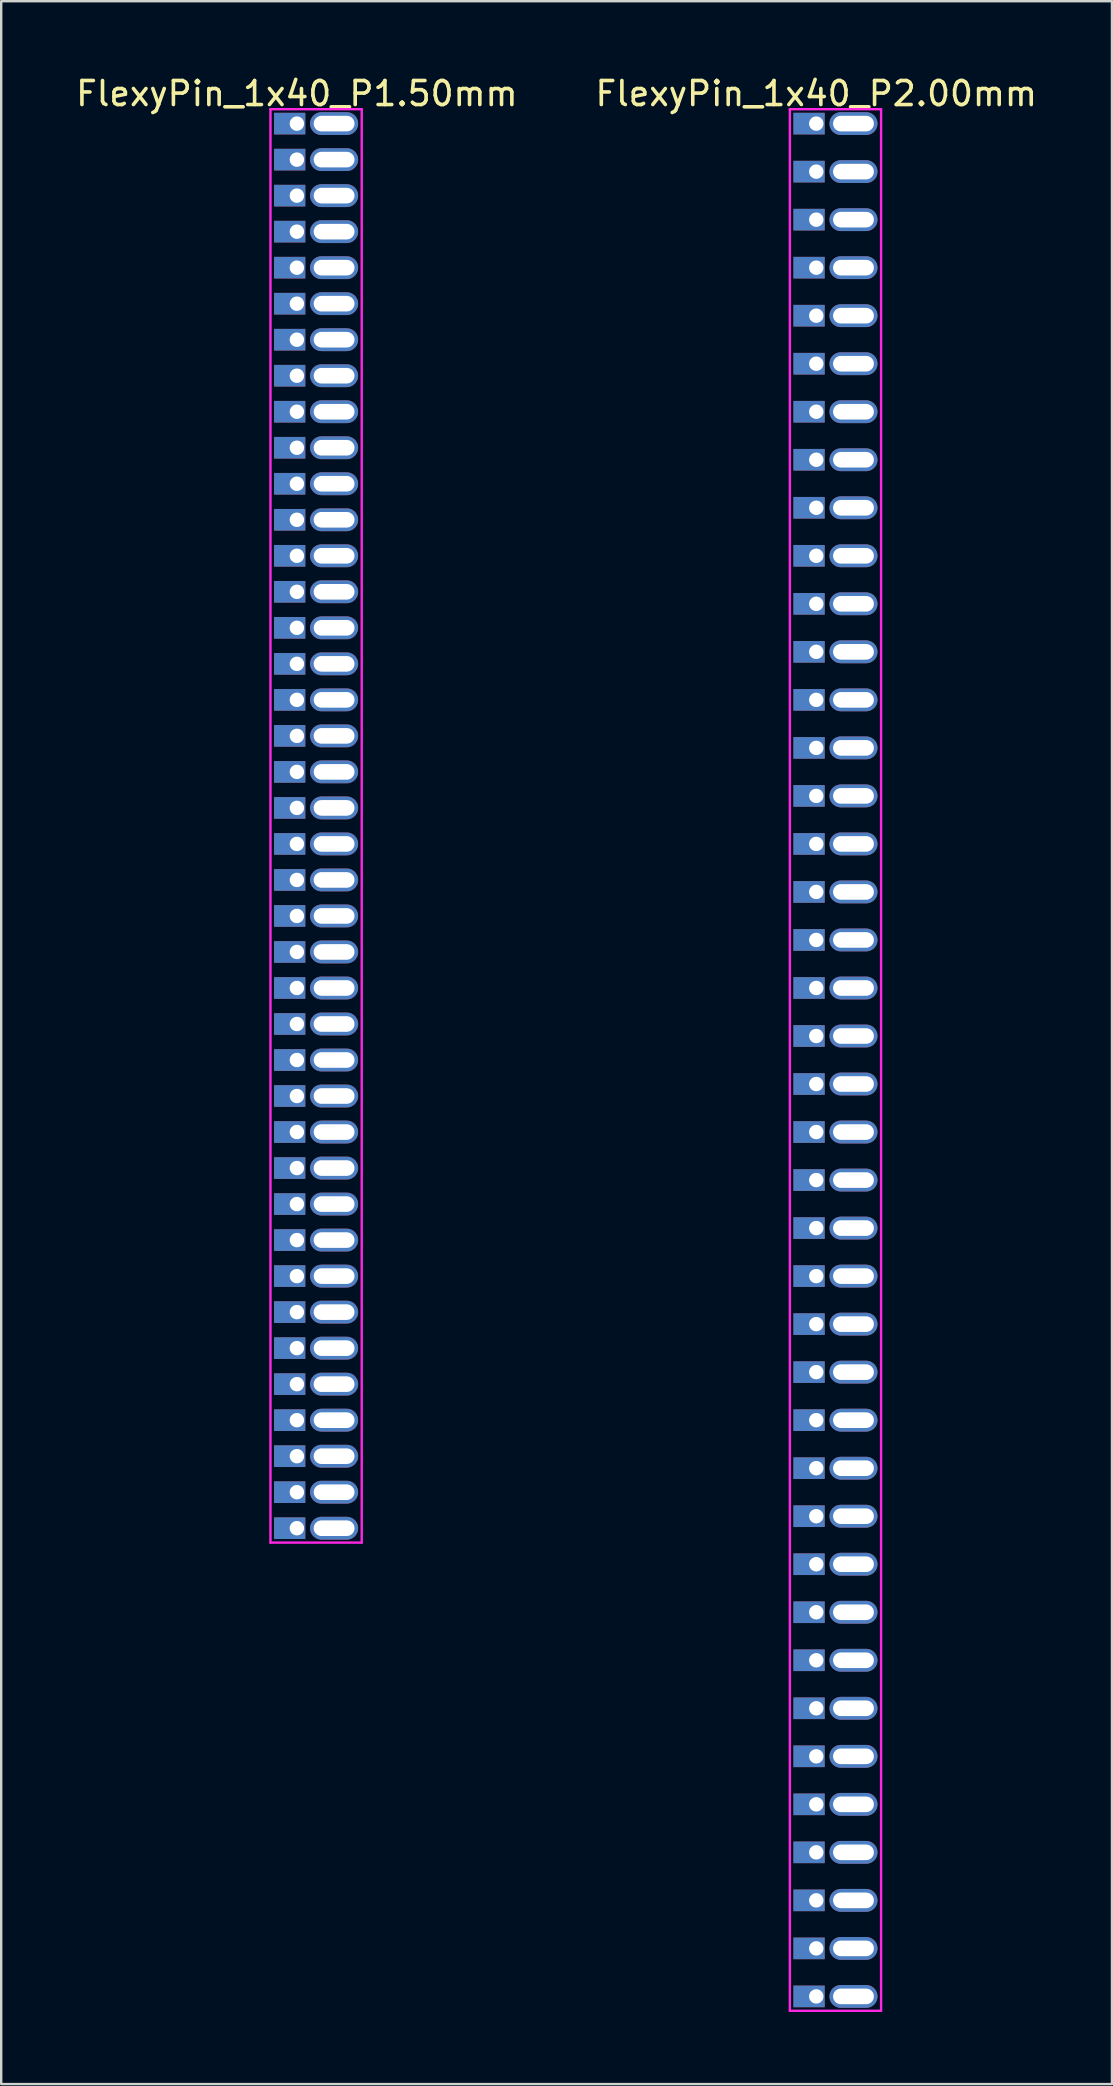
<source format=kicad_pcb>
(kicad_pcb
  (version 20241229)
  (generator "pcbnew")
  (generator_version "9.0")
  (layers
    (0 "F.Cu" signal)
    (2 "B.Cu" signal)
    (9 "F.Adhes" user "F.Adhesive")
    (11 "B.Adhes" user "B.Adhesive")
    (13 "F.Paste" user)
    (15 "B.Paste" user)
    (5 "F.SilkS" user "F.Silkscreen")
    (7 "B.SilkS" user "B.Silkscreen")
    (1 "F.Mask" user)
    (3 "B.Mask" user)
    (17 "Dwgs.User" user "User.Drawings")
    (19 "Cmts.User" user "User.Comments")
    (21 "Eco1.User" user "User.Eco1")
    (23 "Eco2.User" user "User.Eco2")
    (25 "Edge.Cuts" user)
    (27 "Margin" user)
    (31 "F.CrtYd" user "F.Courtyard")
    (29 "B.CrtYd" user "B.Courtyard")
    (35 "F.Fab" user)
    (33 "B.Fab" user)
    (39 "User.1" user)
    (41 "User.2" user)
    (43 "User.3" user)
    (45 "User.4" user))
  (footprint "FlexyPin_1x40_P2.00mm"
    (layer "F.Cu")
    (at 30.946 2.098)
    (property "Reference" "FlexyPin_1x40_P2.00mm" (at 0 -1.25 0) (layer "F.SilkS") (effects (font (size 1 1) (thickness 0.15))))
    (attr through_hole)
    (fp_line (start -1.1 -0.6) (end 2.7 -0.6) (stroke (width 0.1) (type solid)) (layer "F.CrtYd"))
    (fp_line (start -1.1 78.6) (end -1.1 -0.6) (stroke (width 0.1) (type solid)) (layer "F.CrtYd"))
    (fp_line (start 2.7 -0.6) (end 2.7 78.6) (stroke (width 0.1) (type solid)) (layer "F.CrtYd"))
    (fp_line (start 2.7 78.6) (end -1.1 78.6) (stroke (width 0.1) (type solid)) (layer "F.CrtYd"))
    (pad "" thru_hole oval (at 1.55 0) (size 2 0.95) (drill oval 1.7 0.65) (layers "*.Cu" "*.Mask"))
    (pad "" thru_hole oval (at 1.55 2) (size 2 0.95) (drill oval 1.7 0.65) (layers "*.Cu" "*.Mask"))
    (pad "" thru_hole oval (at 1.55 4) (size 2 0.95) (drill oval 1.7 0.65) (layers "*.Cu" "*.Mask"))
    (pad "" thru_hole oval (at 1.55 6) (size 2 0.95) (drill oval 1.7 0.65) (layers "*.Cu" "*.Mask"))
    (pad "" thru_hole oval (at 1.55 8) (size 2 0.95) (drill oval 1.7 0.65) (layers "*.Cu" "*.Mask"))
    (pad "" thru_hole oval (at 1.55 10) (size 2 0.95) (drill oval 1.7 0.65) (layers "*.Cu" "*.Mask"))
    (pad "" thru_hole oval (at 1.55 12) (size 2 0.95) (drill oval 1.7 0.65) (layers "*.Cu" "*.Mask"))
    (pad "" thru_hole oval (at 1.55 14) (size 2 0.95) (drill oval 1.7 0.65) (layers "*.Cu" "*.Mask"))
    (pad "" thru_hole oval (at 1.55 16) (size 2 0.95) (drill oval 1.7 0.65) (layers "*.Cu" "*.Mask"))
    (pad "" thru_hole oval (at 1.55 18) (size 2 0.95) (drill oval 1.7 0.65) (layers "*.Cu" "*.Mask"))
    (pad "" thru_hole oval (at 1.55 20) (size 2 0.95) (drill oval 1.7 0.65) (layers "*.Cu" "*.Mask"))
    (pad "" thru_hole oval (at 1.55 22) (size 2 0.95) (drill oval 1.7 0.65) (layers "*.Cu" "*.Mask"))
    (pad "" thru_hole oval (at 1.55 24) (size 2 0.95) (drill oval 1.7 0.65) (layers "*.Cu" "*.Mask"))
    (pad "" thru_hole oval (at 1.55 26) (size 2 0.95) (drill oval 1.7 0.65) (layers "*.Cu" "*.Mask"))
    (pad "" thru_hole oval (at 1.55 28) (size 2 0.95) (drill oval 1.7 0.65) (layers "*.Cu" "*.Mask"))
    (pad "" thru_hole oval (at 1.55 30) (size 2 0.95) (drill oval 1.7 0.65) (layers "*.Cu" "*.Mask"))
    (pad "" thru_hole oval (at 1.55 32) (size 2 0.95) (drill oval 1.7 0.65) (layers "*.Cu" "*.Mask"))
    (pad "" thru_hole oval (at 1.55 34) (size 2 0.95) (drill oval 1.7 0.65) (layers "*.Cu" "*.Mask"))
    (pad "" thru_hole oval (at 1.55 36) (size 2 0.95) (drill oval 1.7 0.65) (layers "*.Cu" "*.Mask"))
    (pad "" thru_hole oval (at 1.55 38) (size 2 0.95) (drill oval 1.7 0.65) (layers "*.Cu" "*.Mask"))
    (pad "" thru_hole oval (at 1.55 40) (size 2 0.95) (drill oval 1.7 0.65) (layers "*.Cu" "*.Mask"))
    (pad "" thru_hole oval (at 1.55 42) (size 2 0.95) (drill oval 1.7 0.65) (layers "*.Cu" "*.Mask"))
    (pad "" thru_hole oval (at 1.55 44) (size 2 0.95) (drill oval 1.7 0.65) (layers "*.Cu" "*.Mask"))
    (pad "" thru_hole oval (at 1.55 46) (size 2 0.95) (drill oval 1.7 0.65) (layers "*.Cu" "*.Mask"))
    (pad "" thru_hole oval (at 1.55 48) (size 2 0.95) (drill oval 1.7 0.65) (layers "*.Cu" "*.Mask"))
    (pad "" thru_hole oval (at 1.55 50) (size 2 0.95) (drill oval 1.7 0.65) (layers "*.Cu" "*.Mask"))
    (pad "" thru_hole oval (at 1.55 52) (size 2 0.95) (drill oval 1.7 0.65) (layers "*.Cu" "*.Mask"))
    (pad "" thru_hole oval (at 1.55 54) (size 2 0.95) (drill oval 1.7 0.65) (layers "*.Cu" "*.Mask"))
    (pad "" thru_hole oval (at 1.55 56) (size 2 0.95) (drill oval 1.7 0.65) (layers "*.Cu" "*.Mask"))
    (pad "" thru_hole oval (at 1.55 58) (size 2 0.95) (drill oval 1.7 0.65) (layers "*.Cu" "*.Mask"))
    (pad "" thru_hole oval (at 1.55 60) (size 2 0.95) (drill oval 1.7 0.65) (layers "*.Cu" "*.Mask"))
    (pad "" thru_hole oval (at 1.55 62) (size 2 0.95) (drill oval 1.7 0.65) (layers "*.Cu" "*.Mask"))
    (pad "" thru_hole oval (at 1.55 64) (size 2 0.95) (drill oval 1.7 0.65) (layers "*.Cu" "*.Mask"))
    (pad "" thru_hole oval (at 1.55 66) (size 2 0.95) (drill oval 1.7 0.65) (layers "*.Cu" "*.Mask"))
    (pad "" thru_hole oval (at 1.55 68) (size 2 0.95) (drill oval 1.7 0.65) (layers "*.Cu" "*.Mask"))
    (pad "" thru_hole oval (at 1.55 70) (size 2 0.95) (drill oval 1.7 0.65) (layers "*.Cu" "*.Mask"))
    (pad "" thru_hole oval (at 1.55 72) (size 2 0.95) (drill oval 1.7 0.65) (layers "*.Cu" "*.Mask"))
    (pad "" thru_hole oval (at 1.55 74) (size 2 0.95) (drill oval 1.7 0.65) (layers "*.Cu" "*.Mask"))
    (pad "" thru_hole oval (at 1.55 76) (size 2 0.95) (drill oval 1.7 0.65) (layers "*.Cu" "*.Mask"))
    (pad "" thru_hole oval (at 1.55 78) (size 2 0.95) (drill oval 1.7 0.65) (layers "*.Cu" "*.Mask"))
    (pad "1" thru_hole rect (at 0 0) (size 1.3 0.9) (drill 0.6 (offset -0.3 0)) (layers "*.Cu" "*.Mask"))
    (pad "2" thru_hole rect (at 0 2) (size 1.3 0.9) (drill 0.6 (offset -0.3 0)) (layers "*.Cu" "*.Mask"))
    (pad "3" thru_hole rect (at 0 4) (size 1.3 0.9) (drill 0.6 (offset -0.3 0)) (layers "*.Cu" "*.Mask"))
    (pad "4" thru_hole rect (at 0 6) (size 1.3 0.9) (drill 0.6 (offset -0.3 0)) (layers "*.Cu" "*.Mask"))
    (pad "5" thru_hole rect (at 0 8) (size 1.3 0.9) (drill 0.6 (offset -0.3 0)) (layers "*.Cu" "*.Mask"))
    (pad "6" thru_hole rect (at 0 10) (size 1.3 0.9) (drill 0.6 (offset -0.3 0)) (layers "*.Cu" "*.Mask"))
    (pad "7" thru_hole rect (at 0 12) (size 1.3 0.9) (drill 0.6 (offset -0.3 0)) (layers "*.Cu" "*.Mask"))
    (pad "8" thru_hole rect (at 0 14) (size 1.3 0.9) (drill 0.6 (offset -0.3 0)) (layers "*.Cu" "*.Mask"))
    (pad "9" thru_hole rect (at 0 16) (size 1.3 0.9) (drill 0.6 (offset -0.3 0)) (layers "*.Cu" "*.Mask"))
    (pad "10" thru_hole rect (at 0 18) (size 1.3 0.9) (drill 0.6 (offset -0.3 0)) (layers "*.Cu" "*.Mask"))
    (pad "11" thru_hole rect (at 0 20) (size 1.3 0.9) (drill 0.6 (offset -0.3 0)) (layers "*.Cu" "*.Mask"))
    (pad "12" thru_hole rect (at 0 22) (size 1.3 0.9) (drill 0.6 (offset -0.3 0)) (layers "*.Cu" "*.Mask"))
    (pad "13" thru_hole rect (at 0 24) (size 1.3 0.9) (drill 0.6 (offset -0.3 0)) (layers "*.Cu" "*.Mask"))
    (pad "14" thru_hole rect (at 0 26) (size 1.3 0.9) (drill 0.6 (offset -0.3 0)) (layers "*.Cu" "*.Mask"))
    (pad "15" thru_hole rect (at 0 28) (size 1.3 0.9) (drill 0.6 (offset -0.3 0)) (layers "*.Cu" "*.Mask"))
    (pad "16" thru_hole rect (at 0 30) (size 1.3 0.9) (drill 0.6 (offset -0.3 0)) (layers "*.Cu" "*.Mask"))
    (pad "17" thru_hole rect (at 0 32) (size 1.3 0.9) (drill 0.6 (offset -0.3 0)) (layers "*.Cu" "*.Mask"))
    (pad "18" thru_hole rect (at 0 34) (size 1.3 0.9) (drill 0.6 (offset -0.3 0)) (layers "*.Cu" "*.Mask"))
    (pad "19" thru_hole rect (at 0 36) (size 1.3 0.9) (drill 0.6 (offset -0.3 0)) (layers "*.Cu" "*.Mask"))
    (pad "20" thru_hole rect (at 0 38) (size 1.3 0.9) (drill 0.6 (offset -0.3 0)) (layers "*.Cu" "*.Mask"))
    (pad "21" thru_hole rect (at 0 40) (size 1.3 0.9) (drill 0.6 (offset -0.3 0)) (layers "*.Cu" "*.Mask"))
    (pad "22" thru_hole rect (at 0 42) (size 1.3 0.9) (drill 0.6 (offset -0.3 0)) (layers "*.Cu" "*.Mask"))
    (pad "23" thru_hole rect (at 0 44) (size 1.3 0.9) (drill 0.6 (offset -0.3 0)) (layers "*.Cu" "*.Mask"))
    (pad "24" thru_hole rect (at 0 46) (size 1.3 0.9) (drill 0.6 (offset -0.3 0)) (layers "*.Cu" "*.Mask"))
    (pad "25" thru_hole rect (at 0 48) (size 1.3 0.9) (drill 0.6 (offset -0.3 0)) (layers "*.Cu" "*.Mask"))
    (pad "26" thru_hole rect (at 0 50) (size 1.3 0.9) (drill 0.6 (offset -0.3 0)) (layers "*.Cu" "*.Mask"))
    (pad "27" thru_hole rect (at 0 52) (size 1.3 0.9) (drill 0.6 (offset -0.3 0)) (layers "*.Cu" "*.Mask"))
    (pad "28" thru_hole rect (at 0 54) (size 1.3 0.9) (drill 0.6 (offset -0.3 0)) (layers "*.Cu" "*.Mask"))
    (pad "29" thru_hole rect (at 0 56) (size 1.3 0.9) (drill 0.6 (offset -0.3 0)) (layers "*.Cu" "*.Mask"))
    (pad "30" thru_hole rect (at 0 58) (size 1.3 0.9) (drill 0.6 (offset -0.3 0)) (layers "*.Cu" "*.Mask"))
    (pad "31" thru_hole rect (at 0 60) (size 1.3 0.9) (drill 0.6 (offset -0.3 0)) (layers "*.Cu" "*.Mask"))
    (pad "32" thru_hole rect (at 0 62) (size 1.3 0.9) (drill 0.6 (offset -0.3 0)) (layers "*.Cu" "*.Mask"))
    (pad "33" thru_hole rect (at 0 64) (size 1.3 0.9) (drill 0.6 (offset -0.3 0)) (layers "*.Cu" "*.Mask"))
    (pad "34" thru_hole rect (at 0 66) (size 1.3 0.9) (drill 0.6 (offset -0.3 0)) (layers "*.Cu" "*.Mask"))
    (pad "35" thru_hole rect (at 0 68) (size 1.3 0.9) (drill 0.6 (offset -0.3 0)) (layers "*.Cu" "*.Mask"))
    (pad "36" thru_hole rect (at 0 70) (size 1.3 0.9) (drill 0.6 (offset -0.3 0)) (layers "*.Cu" "*.Mask"))
    (pad "37" thru_hole rect (at 0 72) (size 1.3 0.9) (drill 0.6 (offset -0.3 0)) (layers "*.Cu" "*.Mask"))
    (pad "38" thru_hole rect (at 0 74) (size 1.3 0.9) (drill 0.6 (offset -0.3 0)) (layers "*.Cu" "*.Mask"))
    (pad "39" thru_hole rect (at 0 76) (size 1.3 0.9) (drill 0.6 (offset -0.3 0)) (layers "*.Cu" "*.Mask"))
    (pad "40" thru_hole rect (at 0 78) (size 1.3 0.9) (drill 0.6 (offset -0.3 0)) (layers "*.Cu" "*.Mask")))
  (footprint "FlexyPin_1x40_P1.50mm"
    (layer "F.Cu")
    (at 9.315 2.098)
    (property "Reference" "FlexyPin_1x40_P1.50mm" (at 0 -1.25 0) (layer "F.SilkS") (effects (font (size 1 1) (thickness 0.15))))
    (attr through_hole)
    (fp_line (start -1.1 -0.6) (end 2.7 -0.6) (stroke (width 0.1) (type solid)) (layer "F.CrtYd"))
    (fp_line (start -1.1 59.1) (end -1.1 -0.6) (stroke (width 0.1) (type solid)) (layer "F.CrtYd"))
    (fp_line (start 2.7 -0.6) (end 2.7 59.1) (stroke (width 0.1) (type solid)) (layer "F.CrtYd"))
    (fp_line (start 2.7 59.1) (end -1.1 59.1) (stroke (width 0.1) (type solid)) (layer "F.CrtYd"))
    (pad "" thru_hole oval (at 1.55 0) (size 2 0.95) (drill oval 1.7 0.65) (layers "*.Cu" "*.Mask"))
    (pad "" thru_hole oval (at 1.55 1.5) (size 2 0.95) (drill oval 1.7 0.65) (layers "*.Cu" "*.Mask"))
    (pad "" thru_hole oval (at 1.55 3) (size 2 0.95) (drill oval 1.7 0.65) (layers "*.Cu" "*.Mask"))
    (pad "" thru_hole oval (at 1.55 4.5) (size 2 0.95) (drill oval 1.7 0.65) (layers "*.Cu" "*.Mask"))
    (pad "" thru_hole oval (at 1.55 6) (size 2 0.95) (drill oval 1.7 0.65) (layers "*.Cu" "*.Mask"))
    (pad "" thru_hole oval (at 1.55 7.5) (size 2 0.95) (drill oval 1.7 0.65) (layers "*.Cu" "*.Mask"))
    (pad "" thru_hole oval (at 1.55 9) (size 2 0.95) (drill oval 1.7 0.65) (layers "*.Cu" "*.Mask"))
    (pad "" thru_hole oval (at 1.55 10.5) (size 2 0.95) (drill oval 1.7 0.65) (layers "*.Cu" "*.Mask"))
    (pad "" thru_hole oval (at 1.55 12) (size 2 0.95) (drill oval 1.7 0.65) (layers "*.Cu" "*.Mask"))
    (pad "" thru_hole oval (at 1.55 13.5) (size 2 0.95) (drill oval 1.7 0.65) (layers "*.Cu" "*.Mask"))
    (pad "" thru_hole oval (at 1.55 15) (size 2 0.95) (drill oval 1.7 0.65) (layers "*.Cu" "*.Mask"))
    (pad "" thru_hole oval (at 1.55 16.5) (size 2 0.95) (drill oval 1.7 0.65) (layers "*.Cu" "*.Mask"))
    (pad "" thru_hole oval (at 1.55 18) (size 2 0.95) (drill oval 1.7 0.65) (layers "*.Cu" "*.Mask"))
    (pad "" thru_hole oval (at 1.55 19.5) (size 2 0.95) (drill oval 1.7 0.65) (layers "*.Cu" "*.Mask"))
    (pad "" thru_hole oval (at 1.55 21) (size 2 0.95) (drill oval 1.7 0.65) (layers "*.Cu" "*.Mask"))
    (pad "" thru_hole oval (at 1.55 22.5) (size 2 0.95) (drill oval 1.7 0.65) (layers "*.Cu" "*.Mask"))
    (pad "" thru_hole oval (at 1.55 24) (size 2 0.95) (drill oval 1.7 0.65) (layers "*.Cu" "*.Mask"))
    (pad "" thru_hole oval (at 1.55 25.5) (size 2 0.95) (drill oval 1.7 0.65) (layers "*.Cu" "*.Mask"))
    (pad "" thru_hole oval (at 1.55 27) (size 2 0.95) (drill oval 1.7 0.65) (layers "*.Cu" "*.Mask"))
    (pad "" thru_hole oval (at 1.55 28.5) (size 2 0.95) (drill oval 1.7 0.65) (layers "*.Cu" "*.Mask"))
    (pad "" thru_hole oval (at 1.55 30) (size 2 0.95) (drill oval 1.7 0.65) (layers "*.Cu" "*.Mask"))
    (pad "" thru_hole oval (at 1.55 31.5) (size 2 0.95) (drill oval 1.7 0.65) (layers "*.Cu" "*.Mask"))
    (pad "" thru_hole oval (at 1.55 33) (size 2 0.95) (drill oval 1.7 0.65) (layers "*.Cu" "*.Mask"))
    (pad "" thru_hole oval (at 1.55 34.5) (size 2 0.95) (drill oval 1.7 0.65) (layers "*.Cu" "*.Mask"))
    (pad "" thru_hole oval (at 1.55 36) (size 2 0.95) (drill oval 1.7 0.65) (layers "*.Cu" "*.Mask"))
    (pad "" thru_hole oval (at 1.55 37.5) (size 2 0.95) (drill oval 1.7 0.65) (layers "*.Cu" "*.Mask"))
    (pad "" thru_hole oval (at 1.55 39) (size 2 0.95) (drill oval 1.7 0.65) (layers "*.Cu" "*.Mask"))
    (pad "" thru_hole oval (at 1.55 40.5) (size 2 0.95) (drill oval 1.7 0.65) (layers "*.Cu" "*.Mask"))
    (pad "" thru_hole oval (at 1.55 42) (size 2 0.95) (drill oval 1.7 0.65) (layers "*.Cu" "*.Mask"))
    (pad "" thru_hole oval (at 1.55 43.5) (size 2 0.95) (drill oval 1.7 0.65) (layers "*.Cu" "*.Mask"))
    (pad "" thru_hole oval (at 1.55 45) (size 2 0.95) (drill oval 1.7 0.65) (layers "*.Cu" "*.Mask"))
    (pad "" thru_hole oval (at 1.55 46.5) (size 2 0.95) (drill oval 1.7 0.65) (layers "*.Cu" "*.Mask"))
    (pad "" thru_hole oval (at 1.55 48) (size 2 0.95) (drill oval 1.7 0.65) (layers "*.Cu" "*.Mask"))
    (pad "" thru_hole oval (at 1.55 49.5) (size 2 0.95) (drill oval 1.7 0.65) (layers "*.Cu" "*.Mask"))
    (pad "" thru_hole oval (at 1.55 51) (size 2 0.95) (drill oval 1.7 0.65) (layers "*.Cu" "*.Mask"))
    (pad "" thru_hole oval (at 1.55 52.5) (size 2 0.95) (drill oval 1.7 0.65) (layers "*.Cu" "*.Mask"))
    (pad "" thru_hole oval (at 1.55 54) (size 2 0.95) (drill oval 1.7 0.65) (layers "*.Cu" "*.Mask"))
    (pad "" thru_hole oval (at 1.55 55.5) (size 2 0.95) (drill oval 1.7 0.65) (layers "*.Cu" "*.Mask"))
    (pad "" thru_hole oval (at 1.55 57) (size 2 0.95) (drill oval 1.7 0.65) (layers "*.Cu" "*.Mask"))
    (pad "" thru_hole oval (at 1.55 58.5) (size 2 0.95) (drill oval 1.7 0.65) (layers "*.Cu" "*.Mask"))
    (pad "1" thru_hole rect (at 0 0) (size 1.3 0.9) (drill 0.6 (offset -0.3 0)) (layers "*.Cu" "*.Mask"))
    (pad "2" thru_hole rect (at 0 1.5) (size 1.3 0.9) (drill 0.6 (offset -0.3 0)) (layers "*.Cu" "*.Mask"))
    (pad "3" thru_hole rect (at 0 3) (size 1.3 0.9) (drill 0.6 (offset -0.3 0)) (layers "*.Cu" "*.Mask"))
    (pad "4" thru_hole rect (at 0 4.5) (size 1.3 0.9) (drill 0.6 (offset -0.3 0)) (layers "*.Cu" "*.Mask"))
    (pad "5" thru_hole rect (at 0 6) (size 1.3 0.9) (drill 0.6 (offset -0.3 0)) (layers "*.Cu" "*.Mask"))
    (pad "6" thru_hole rect (at 0 7.5) (size 1.3 0.9) (drill 0.6 (offset -0.3 0)) (layers "*.Cu" "*.Mask"))
    (pad "7" thru_hole rect (at 0 9) (size 1.3 0.9) (drill 0.6 (offset -0.3 0)) (layers "*.Cu" "*.Mask"))
    (pad "8" thru_hole rect (at 0 10.5) (size 1.3 0.9) (drill 0.6 (offset -0.3 0)) (layers "*.Cu" "*.Mask"))
    (pad "9" thru_hole rect (at 0 12) (size 1.3 0.9) (drill 0.6 (offset -0.3 0)) (layers "*.Cu" "*.Mask"))
    (pad "10" thru_hole rect (at 0 13.5) (size 1.3 0.9) (drill 0.6 (offset -0.3 0)) (layers "*.Cu" "*.Mask"))
    (pad "11" thru_hole rect (at 0 15) (size 1.3 0.9) (drill 0.6 (offset -0.3 0)) (layers "*.Cu" "*.Mask"))
    (pad "12" thru_hole rect (at 0 16.5) (size 1.3 0.9) (drill 0.6 (offset -0.3 0)) (layers "*.Cu" "*.Mask"))
    (pad "13" thru_hole rect (at 0 18) (size 1.3 0.9) (drill 0.6 (offset -0.3 0)) (layers "*.Cu" "*.Mask"))
    (pad "14" thru_hole rect (at 0 19.5) (size 1.3 0.9) (drill 0.6 (offset -0.3 0)) (layers "*.Cu" "*.Mask"))
    (pad "15" thru_hole rect (at 0 21) (size 1.3 0.9) (drill 0.6 (offset -0.3 0)) (layers "*.Cu" "*.Mask"))
    (pad "16" thru_hole rect (at 0 22.5) (size 1.3 0.9) (drill 0.6 (offset -0.3 0)) (layers "*.Cu" "*.Mask"))
    (pad "17" thru_hole rect (at 0 24) (size 1.3 0.9) (drill 0.6 (offset -0.3 0)) (layers "*.Cu" "*.Mask"))
    (pad "18" thru_hole rect (at 0 25.5) (size 1.3 0.9) (drill 0.6 (offset -0.3 0)) (layers "*.Cu" "*.Mask"))
    (pad "19" thru_hole rect (at 0 27) (size 1.3 0.9) (drill 0.6 (offset -0.3 0)) (layers "*.Cu" "*.Mask"))
    (pad "20" thru_hole rect (at 0 28.5) (size 1.3 0.9) (drill 0.6 (offset -0.3 0)) (layers "*.Cu" "*.Mask"))
    (pad "21" thru_hole rect (at 0 30) (size 1.3 0.9) (drill 0.6 (offset -0.3 0)) (layers "*.Cu" "*.Mask"))
    (pad "22" thru_hole rect (at 0 31.5) (size 1.3 0.9) (drill 0.6 (offset -0.3 0)) (layers "*.Cu" "*.Mask"))
    (pad "23" thru_hole rect (at 0 33) (size 1.3 0.9) (drill 0.6 (offset -0.3 0)) (layers "*.Cu" "*.Mask"))
    (pad "24" thru_hole rect (at 0 34.5) (size 1.3 0.9) (drill 0.6 (offset -0.3 0)) (layers "*.Cu" "*.Mask"))
    (pad "25" thru_hole rect (at 0 36) (size 1.3 0.9) (drill 0.6 (offset -0.3 0)) (layers "*.Cu" "*.Mask"))
    (pad "26" thru_hole rect (at 0 37.5) (size 1.3 0.9) (drill 0.6 (offset -0.3 0)) (layers "*.Cu" "*.Mask"))
    (pad "27" thru_hole rect (at 0 39) (size 1.3 0.9) (drill 0.6 (offset -0.3 0)) (layers "*.Cu" "*.Mask"))
    (pad "28" thru_hole rect (at 0 40.5) (size 1.3 0.9) (drill 0.6 (offset -0.3 0)) (layers "*.Cu" "*.Mask"))
    (pad "29" thru_hole rect (at 0 42) (size 1.3 0.9) (drill 0.6 (offset -0.3 0)) (layers "*.Cu" "*.Mask"))
    (pad "30" thru_hole rect (at 0 43.5) (size 1.3 0.9) (drill 0.6 (offset -0.3 0)) (layers "*.Cu" "*.Mask"))
    (pad "31" thru_hole rect (at 0 45) (size 1.3 0.9) (drill 0.6 (offset -0.3 0)) (layers "*.Cu" "*.Mask"))
    (pad "32" thru_hole rect (at 0 46.5) (size 1.3 0.9) (drill 0.6 (offset -0.3 0)) (layers "*.Cu" "*.Mask"))
    (pad "33" thru_hole rect (at 0 48) (size 1.3 0.9) (drill 0.6 (offset -0.3 0)) (layers "*.Cu" "*.Mask"))
    (pad "34" thru_hole rect (at 0 49.5) (size 1.3 0.9) (drill 0.6 (offset -0.3 0)) (layers "*.Cu" "*.Mask"))
    (pad "35" thru_hole rect (at 0 51) (size 1.3 0.9) (drill 0.6 (offset -0.3 0)) (layers "*.Cu" "*.Mask"))
    (pad "36" thru_hole rect (at 0 52.5) (size 1.3 0.9) (drill 0.6 (offset -0.3 0)) (layers "*.Cu" "*.Mask"))
    (pad "37" thru_hole rect (at 0 54) (size 1.3 0.9) (drill 0.6 (offset -0.3 0)) (layers "*.Cu" "*.Mask"))
    (pad "38" thru_hole rect (at 0 55.5) (size 1.3 0.9) (drill 0.6 (offset -0.3 0)) (layers "*.Cu" "*.Mask"))
    (pad "39" thru_hole rect (at 0 57) (size 1.3 0.9) (drill 0.6 (offset -0.3 0)) (layers "*.Cu" "*.Mask"))
    (pad "40" thru_hole rect (at 0 58.5) (size 1.3 0.9) (drill 0.6 (offset -0.3 0)) (layers "*.Cu" "*.Mask")))
  (gr_rect
    (start -3 -3)
    (end 43.262 83.748)
    (stroke (width 0.1) (type default))
    (fill no)
    (layer "Edge.Cuts")))
</source>
